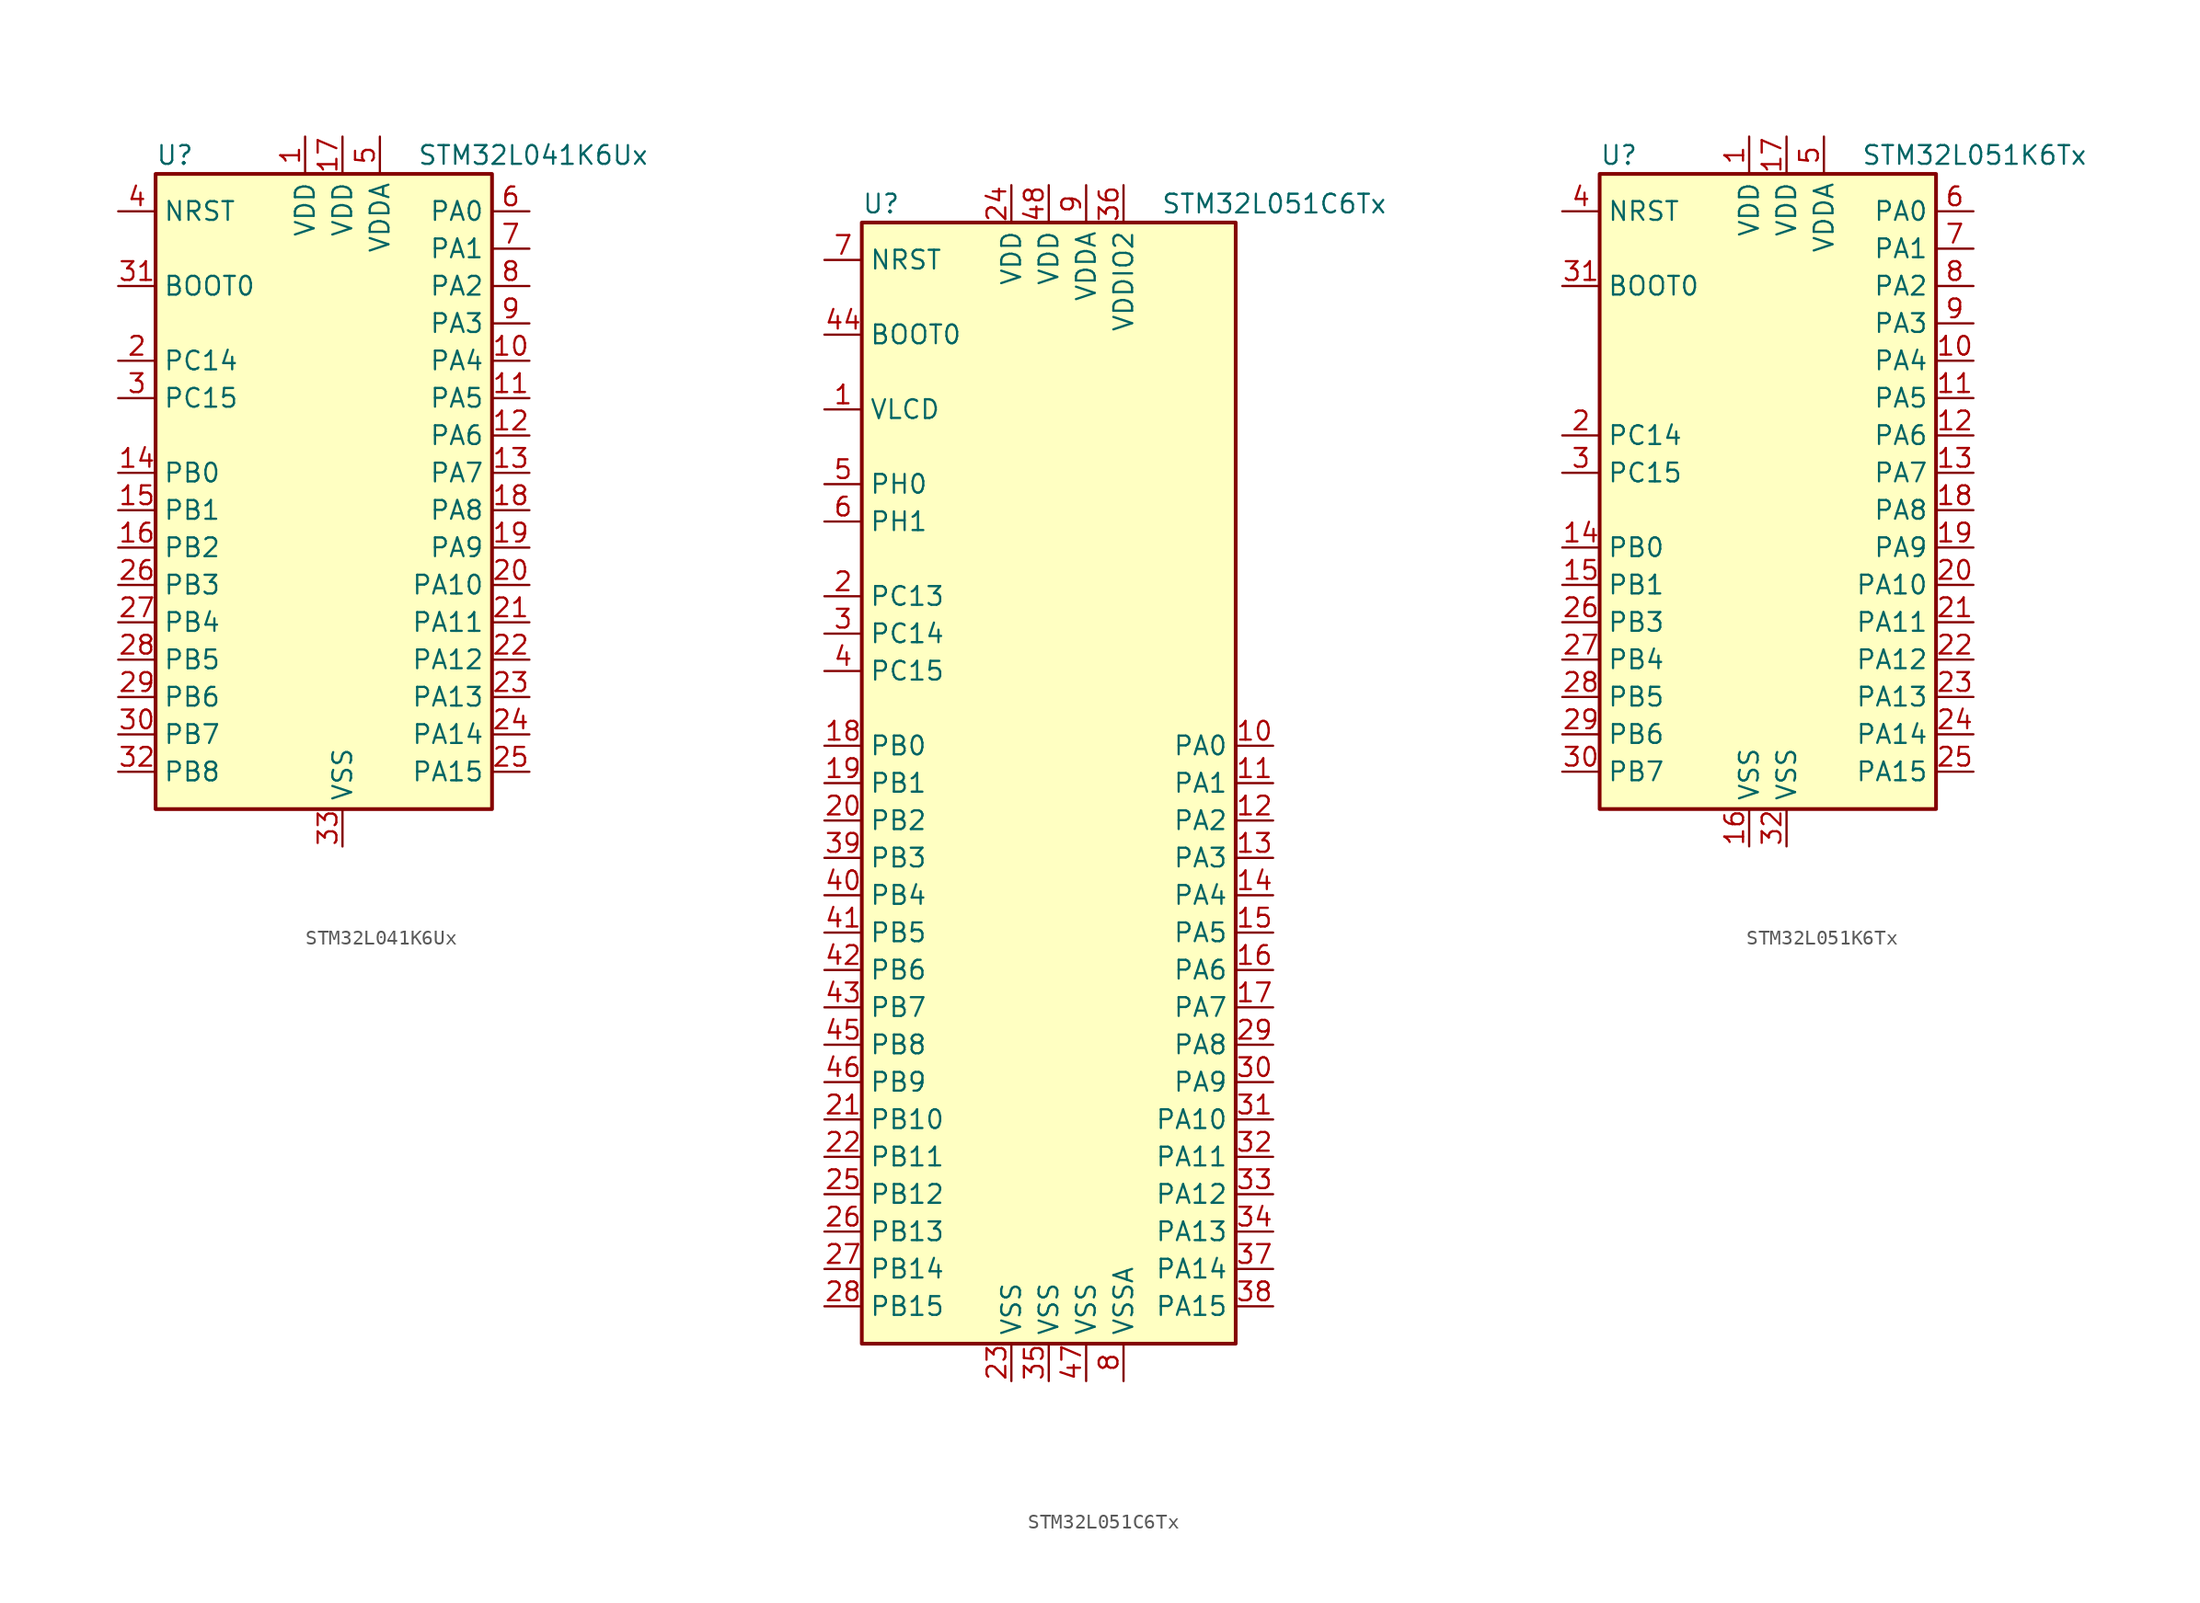
<source format=kicad_sym>
(kicad_symbol_lib
  (version 20201005)
  (generator kicad_symbol_editor)
  (symbol "STM32L041K6Ux"
    (property "Reference" "U"
      (at -12.7 21.59 0)
      (effects (font (size 1.27 1.27)) (justify left)))
    (property "Value" "STM32L041K6Ux"
      (at 5.08 21.59 0)
      (effects (font (size 1.27 1.27)) (justify left)))
    (symbol "STM32L041K6Ux_0_1"
      (rectangle (start -12.7 -22.86) (end 10.16 20.32) (stroke (width 0.254)) (fill (type background))))
    (symbol "STM32L041K6Ux_1_1"
      (pin power_in line (at -2.54 22.86 270) (length 2.54) (name "VDD" (effects (font (size 1.27 1.27)))) (number "1" (effects (font (size 1.27 1.27)))))
      (pin bidirectional line (at 12.7 7.62 180) (length 2.54) (name "PA4" (effects (font (size 1.27 1.27)))) (number "10" (effects (font (size 1.27 1.27)))))
      (pin bidirectional line (at 12.7 5.08 180) (length 2.54) (name "PA5" (effects (font (size 1.27 1.27)))) (number "11" (effects (font (size 1.27 1.27)))))
      (pin bidirectional line (at 12.7 2.54 180) (length 2.54) (name "PA6" (effects (font (size 1.27 1.27)))) (number "12" (effects (font (size 1.27 1.27)))))
      (pin bidirectional line (at 12.7 0 180) (length 2.54) (name "PA7" (effects (font (size 1.27 1.27)))) (number "13" (effects (font (size 1.27 1.27)))))
      (pin bidirectional line (at -15.24 0 0) (length 2.54) (name "PB0" (effects (font (size 1.27 1.27)))) (number "14" (effects (font (size 1.27 1.27)))))
      (pin bidirectional line (at -15.24 -2.54 0) (length 2.54) (name "PB1" (effects (font (size 1.27 1.27)))) (number "15" (effects (font (size 1.27 1.27)))))
      (pin bidirectional line (at -15.24 -5.08 0) (length 2.54) (name "PB2" (effects (font (size 1.27 1.27)))) (number "16" (effects (font (size 1.27 1.27)))))
      (pin power_in line (at 0 22.86 270) (length 2.54) (name "VDD" (effects (font (size 1.27 1.27)))) (number "17" (effects (font (size 1.27 1.27)))))
      (pin bidirectional line (at 12.7 -2.54 180) (length 2.54) (name "PA8" (effects (font (size 1.27 1.27)))) (number "18" (effects (font (size 1.27 1.27)))))
      (pin bidirectional line (at 12.7 -5.08 180) (length 2.54) (name "PA9" (effects (font (size 1.27 1.27)))) (number "19" (effects (font (size 1.27 1.27)))))
      (pin bidirectional line (at -15.24 7.62 0) (length 2.54) (name "PC14" (effects (font (size 1.27 1.27)))) (number "2" (effects (font (size 1.27 1.27)))))
      (pin bidirectional line (at 12.7 -7.62 180) (length 2.54) (name "PA10" (effects (font (size 1.27 1.27)))) (number "20" (effects (font (size 1.27 1.27)))))
      (pin bidirectional line (at 12.7 -10.16 180) (length 2.54) (name "PA11" (effects (font (size 1.27 1.27)))) (number "21" (effects (font (size 1.27 1.27)))))
      (pin bidirectional line (at 12.7 -12.7 180) (length 2.54) (name "PA12" (effects (font (size 1.27 1.27)))) (number "22" (effects (font (size 1.27 1.27)))))
      (pin bidirectional line (at 12.7 -15.24 180) (length 2.54) (name "PA13" (effects (font (size 1.27 1.27)))) (number "23" (effects (font (size 1.27 1.27)))))
      (pin bidirectional line (at 12.7 -17.78 180) (length 2.54) (name "PA14" (effects (font (size 1.27 1.27)))) (number "24" (effects (font (size 1.27 1.27)))))
      (pin bidirectional line (at 12.7 -20.32 180) (length 2.54) (name "PA15" (effects (font (size 1.27 1.27)))) (number "25" (effects (font (size 1.27 1.27)))))
      (pin bidirectional line (at -15.24 -7.62 0) (length 2.54) (name "PB3" (effects (font (size 1.27 1.27)))) (number "26" (effects (font (size 1.27 1.27)))))
      (pin bidirectional line (at -15.24 -10.16 0) (length 2.54) (name "PB4" (effects (font (size 1.27 1.27)))) (number "27" (effects (font (size 1.27 1.27)))))
      (pin bidirectional line (at -15.24 -12.7 0) (length 2.54) (name "PB5" (effects (font (size 1.27 1.27)))) (number "28" (effects (font (size 1.27 1.27)))))
      (pin bidirectional line (at -15.24 -15.24 0) (length 2.54) (name "PB6" (effects (font (size 1.27 1.27)))) (number "29" (effects (font (size 1.27 1.27)))))
      (pin bidirectional line (at -15.24 5.08 0) (length 2.54) (name "PC15" (effects (font (size 1.27 1.27)))) (number "3" (effects (font (size 1.27 1.27)))))
      (pin bidirectional line (at -15.24 -17.78 0) (length 2.54) (name "PB7" (effects (font (size 1.27 1.27)))) (number "30" (effects (font (size 1.27 1.27)))))
      (pin input line (at -15.24 12.7 0) (length 2.54) (name "BOOT0" (effects (font (size 1.27 1.27)))) (number "31" (effects (font (size 1.27 1.27)))))
      (pin bidirectional line (at -15.24 -20.32 0) (length 2.54) (name "PB8" (effects (font (size 1.27 1.27)))) (number "32" (effects (font (size 1.27 1.27)))))
      (pin power_in line (at 0 -25.4 90) (length 2.54) (name "VSS" (effects (font (size 1.27 1.27)))) (number "33" (effects (font (size 1.27 1.27)))))
      (pin input line (at -15.24 17.78 0) (length 2.54) (name "NRST" (effects (font (size 1.27 1.27)))) (number "4" (effects (font (size 1.27 1.27)))))
      (pin power_in line (at 2.54 22.86 270) (length 2.54) (name "VDDA" (effects (font (size 1.27 1.27)))) (number "5" (effects (font (size 1.27 1.27)))))
      (pin bidirectional line (at 12.7 17.78 180) (length 2.54) (name "PA0" (effects (font (size 1.27 1.27)))) (number "6" (effects (font (size 1.27 1.27)))))
      (pin bidirectional line (at 12.7 15.24 180) (length 2.54) (name "PA1" (effects (font (size 1.27 1.27)))) (number "7" (effects (font (size 1.27 1.27)))))
      (pin bidirectional line (at 12.7 12.7 180) (length 2.54) (name "PA2" (effects (font (size 1.27 1.27)))) (number "8" (effects (font (size 1.27 1.27)))))
      (pin bidirectional line (at 12.7 10.16 180) (length 2.54) (name "PA3" (effects (font (size 1.27 1.27)))) (number "9" (effects (font (size 1.27 1.27)))))))
  (symbol "STM32L051C6Tx"
    (property "Reference" "U"
      (at -12.7 39.37 0)
      (effects (font (size 1.27 1.27)) (justify left)))
    (property "Value" "STM32L051C6Tx"
      (at 7.62 39.37 0)
      (effects (font (size 1.27 1.27)) (justify left)))
    (symbol "STM32L051C6Tx_0_1"
      (rectangle (start -12.7 -38.1) (end 12.7 38.1) (stroke (width 0.254)) (fill (type background))))
    (symbol "STM32L051C6Tx_1_1"
      (pin power_in line (at -15.24 25.4 0) (length 2.54) (name "VLCD" (effects (font (size 1.27 1.27)))) (number "1" (effects (font (size 1.27 1.27)))))
      (pin bidirectional line (at 15.24 2.54 180) (length 2.54) (name "PA0" (effects (font (size 1.27 1.27)))) (number "10" (effects (font (size 1.27 1.27)))))
      (pin bidirectional line (at 15.24 0 180) (length 2.54) (name "PA1" (effects (font (size 1.27 1.27)))) (number "11" (effects (font (size 1.27 1.27)))))
      (pin bidirectional line (at 15.24 -2.54 180) (length 2.54) (name "PA2" (effects (font (size 1.27 1.27)))) (number "12" (effects (font (size 1.27 1.27)))))
      (pin bidirectional line (at 15.24 -5.08 180) (length 2.54) (name "PA3" (effects (font (size 1.27 1.27)))) (number "13" (effects (font (size 1.27 1.27)))))
      (pin bidirectional line (at 15.24 -7.62 180) (length 2.54) (name "PA4" (effects (font (size 1.27 1.27)))) (number "14" (effects (font (size 1.27 1.27)))))
      (pin bidirectional line (at 15.24 -10.16 180) (length 2.54) (name "PA5" (effects (font (size 1.27 1.27)))) (number "15" (effects (font (size 1.27 1.27)))))
      (pin bidirectional line (at 15.24 -12.7 180) (length 2.54) (name "PA6" (effects (font (size 1.27 1.27)))) (number "16" (effects (font (size 1.27 1.27)))))
      (pin bidirectional line (at 15.24 -15.24 180) (length 2.54) (name "PA7" (effects (font (size 1.27 1.27)))) (number "17" (effects (font (size 1.27 1.27)))))
      (pin bidirectional line (at -15.24 2.54 0) (length 2.54) (name "PB0" (effects (font (size 1.27 1.27)))) (number "18" (effects (font (size 1.27 1.27)))))
      (pin bidirectional line (at -15.24 0 0) (length 2.54) (name "PB1" (effects (font (size 1.27 1.27)))) (number "19" (effects (font (size 1.27 1.27)))))
      (pin bidirectional line (at -15.24 12.7 0) (length 2.54) (name "PC13" (effects (font (size 1.27 1.27)))) (number "2" (effects (font (size 1.27 1.27)))))
      (pin bidirectional line (at -15.24 -2.54 0) (length 2.54) (name "PB2" (effects (font (size 1.27 1.27)))) (number "20" (effects (font (size 1.27 1.27)))))
      (pin bidirectional line (at -15.24 -22.86 0) (length 2.54) (name "PB10" (effects (font (size 1.27 1.27)))) (number "21" (effects (font (size 1.27 1.27)))))
      (pin bidirectional line (at -15.24 -25.4 0) (length 2.54) (name "PB11" (effects (font (size 1.27 1.27)))) (number "22" (effects (font (size 1.27 1.27)))))
      (pin power_in line (at -2.54 -40.64 90) (length 2.54) (name "VSS" (effects (font (size 1.27 1.27)))) (number "23" (effects (font (size 1.27 1.27)))))
      (pin power_in line (at -2.54 40.64 270) (length 2.54) (name "VDD" (effects (font (size 1.27 1.27)))) (number "24" (effects (font (size 1.27 1.27)))))
      (pin bidirectional line (at -15.24 -27.94 0) (length 2.54) (name "PB12" (effects (font (size 1.27 1.27)))) (number "25" (effects (font (size 1.27 1.27)))))
      (pin bidirectional line (at -15.24 -30.48 0) (length 2.54) (name "PB13" (effects (font (size 1.27 1.27)))) (number "26" (effects (font (size 1.27 1.27)))))
      (pin bidirectional line (at -15.24 -33.02 0) (length 2.54) (name "PB14" (effects (font (size 1.27 1.27)))) (number "27" (effects (font (size 1.27 1.27)))))
      (pin bidirectional line (at -15.24 -35.56 0) (length 2.54) (name "PB15" (effects (font (size 1.27 1.27)))) (number "28" (effects (font (size 1.27 1.27)))))
      (pin bidirectional line (at 15.24 -17.78 180) (length 2.54) (name "PA8" (effects (font (size 1.27 1.27)))) (number "29" (effects (font (size 1.27 1.27)))))
      (pin bidirectional line (at -15.24 10.16 0) (length 2.54) (name "PC14" (effects (font (size 1.27 1.27)))) (number "3" (effects (font (size 1.27 1.27)))))
      (pin bidirectional line (at 15.24 -20.32 180) (length 2.54) (name "PA9" (effects (font (size 1.27 1.27)))) (number "30" (effects (font (size 1.27 1.27)))))
      (pin bidirectional line (at 15.24 -22.86 180) (length 2.54) (name "PA10" (effects (font (size 1.27 1.27)))) (number "31" (effects (font (size 1.27 1.27)))))
      (pin bidirectional line (at 15.24 -25.4 180) (length 2.54) (name "PA11" (effects (font (size 1.27 1.27)))) (number "32" (effects (font (size 1.27 1.27)))))
      (pin bidirectional line (at 15.24 -27.94 180) (length 2.54) (name "PA12" (effects (font (size 1.27 1.27)))) (number "33" (effects (font (size 1.27 1.27)))))
      (pin bidirectional line (at 15.24 -30.48 180) (length 2.54) (name "PA13" (effects (font (size 1.27 1.27)))) (number "34" (effects (font (size 1.27 1.27)))))
      (pin power_in line (at 0 -40.64 90) (length 2.54) (name "VSS" (effects (font (size 1.27 1.27)))) (number "35" (effects (font (size 1.27 1.27)))))
      (pin power_in line (at 5.08 40.64 270) (length 2.54) (name "VDDIO2" (effects (font (size 1.27 1.27)))) (number "36" (effects (font (size 1.27 1.27)))))
      (pin bidirectional line (at 15.24 -33.02 180) (length 2.54) (name "PA14" (effects (font (size 1.27 1.27)))) (number "37" (effects (font (size 1.27 1.27)))))
      (pin bidirectional line (at 15.24 -35.56 180) (length 2.54) (name "PA15" (effects (font (size 1.27 1.27)))) (number "38" (effects (font (size 1.27 1.27)))))
      (pin bidirectional line (at -15.24 -5.08 0) (length 2.54) (name "PB3" (effects (font (size 1.27 1.27)))) (number "39" (effects (font (size 1.27 1.27)))))
      (pin bidirectional line (at -15.24 7.62 0) (length 2.54) (name "PC15" (effects (font (size 1.27 1.27)))) (number "4" (effects (font (size 1.27 1.27)))))
      (pin bidirectional line (at -15.24 -7.62 0) (length 2.54) (name "PB4" (effects (font (size 1.27 1.27)))) (number "40" (effects (font (size 1.27 1.27)))))
      (pin bidirectional line (at -15.24 -10.16 0) (length 2.54) (name "PB5" (effects (font (size 1.27 1.27)))) (number "41" (effects (font (size 1.27 1.27)))))
      (pin bidirectional line (at -15.24 -12.7 0) (length 2.54) (name "PB6" (effects (font (size 1.27 1.27)))) (number "42" (effects (font (size 1.27 1.27)))))
      (pin bidirectional line (at -15.24 -15.24 0) (length 2.54) (name "PB7" (effects (font (size 1.27 1.27)))) (number "43" (effects (font (size 1.27 1.27)))))
      (pin input line (at -15.24 30.48 0) (length 2.54) (name "BOOT0" (effects (font (size 1.27 1.27)))) (number "44" (effects (font (size 1.27 1.27)))))
      (pin bidirectional line (at -15.24 -17.78 0) (length 2.54) (name "PB8" (effects (font (size 1.27 1.27)))) (number "45" (effects (font (size 1.27 1.27)))))
      (pin bidirectional line (at -15.24 -20.32 0) (length 2.54) (name "PB9" (effects (font (size 1.27 1.27)))) (number "46" (effects (font (size 1.27 1.27)))))
      (pin power_in line (at 2.54 -40.64 90) (length 2.54) (name "VSS" (effects (font (size 1.27 1.27)))) (number "47" (effects (font (size 1.27 1.27)))))
      (pin power_in line (at 0 40.64 270) (length 2.54) (name "VDD" (effects (font (size 1.27 1.27)))) (number "48" (effects (font (size 1.27 1.27)))))
      (pin input line (at -15.24 20.32 0) (length 2.54) (name "PH0" (effects (font (size 1.27 1.27)))) (number "5" (effects (font (size 1.27 1.27)))))
      (pin input line (at -15.24 17.78 0) (length 2.54) (name "PH1" (effects (font (size 1.27 1.27)))) (number "6" (effects (font (size 1.27 1.27)))))
      (pin input line (at -15.24 35.56 0) (length 2.54) (name "NRST" (effects (font (size 1.27 1.27)))) (number "7" (effects (font (size 1.27 1.27)))))
      (pin power_in line (at 5.08 -40.64 90) (length 2.54) (name "VSSA" (effects (font (size 1.27 1.27)))) (number "8" (effects (font (size 1.27 1.27)))))
      (pin power_in line (at 2.54 40.64 270) (length 2.54) (name "VDDA" (effects (font (size 1.27 1.27)))) (number "9" (effects (font (size 1.27 1.27)))))))
  (symbol "STM32L051K6Tx"
    (property "Reference" "U"
      (at -12.7 21.59 0)
      (effects (font (size 1.27 1.27)) (justify left)))
    (property "Value" "STM32L051K6Tx"
      (at 5.08 21.59 0)
      (effects (font (size 1.27 1.27)) (justify left)))
    (symbol "STM32L051K6Tx_0_1"
      (rectangle (start -12.7 -22.86) (end 10.16 20.32) (stroke (width 0.254)) (fill (type background))))
    (symbol "STM32L051K6Tx_1_1"
      (pin power_in line (at -2.54 22.86 270) (length 2.54) (name "VDD" (effects (font (size 1.27 1.27)))) (number "1" (effects (font (size 1.27 1.27)))))
      (pin bidirectional line (at 12.7 7.62 180) (length 2.54) (name "PA4" (effects (font (size 1.27 1.27)))) (number "10" (effects (font (size 1.27 1.27)))))
      (pin bidirectional line (at 12.7 5.08 180) (length 2.54) (name "PA5" (effects (font (size 1.27 1.27)))) (number "11" (effects (font (size 1.27 1.27)))))
      (pin bidirectional line (at 12.7 2.54 180) (length 2.54) (name "PA6" (effects (font (size 1.27 1.27)))) (number "12" (effects (font (size 1.27 1.27)))))
      (pin bidirectional line (at 12.7 0 180) (length 2.54) (name "PA7" (effects (font (size 1.27 1.27)))) (number "13" (effects (font (size 1.27 1.27)))))
      (pin bidirectional line (at -15.24 -5.08 0) (length 2.54) (name "PB0" (effects (font (size 1.27 1.27)))) (number "14" (effects (font (size 1.27 1.27)))))
      (pin bidirectional line (at -15.24 -7.62 0) (length 2.54) (name "PB1" (effects (font (size 1.27 1.27)))) (number "15" (effects (font (size 1.27 1.27)))))
      (pin power_in line (at -2.54 -25.4 90) (length 2.54) (name "VSS" (effects (font (size 1.27 1.27)))) (number "16" (effects (font (size 1.27 1.27)))))
      (pin power_in line (at 0 22.86 270) (length 2.54) (name "VDD" (effects (font (size 1.27 1.27)))) (number "17" (effects (font (size 1.27 1.27)))))
      (pin bidirectional line (at 12.7 -2.54 180) (length 2.54) (name "PA8" (effects (font (size 1.27 1.27)))) (number "18" (effects (font (size 1.27 1.27)))))
      (pin bidirectional line (at 12.7 -5.08 180) (length 2.54) (name "PA9" (effects (font (size 1.27 1.27)))) (number "19" (effects (font (size 1.27 1.27)))))
      (pin bidirectional line (at -15.24 2.54 0) (length 2.54) (name "PC14" (effects (font (size 1.27 1.27)))) (number "2" (effects (font (size 1.27 1.27)))))
      (pin bidirectional line (at 12.7 -7.62 180) (length 2.54) (name "PA10" (effects (font (size 1.27 1.27)))) (number "20" (effects (font (size 1.27 1.27)))))
      (pin bidirectional line (at 12.7 -10.16 180) (length 2.54) (name "PA11" (effects (font (size 1.27 1.27)))) (number "21" (effects (font (size 1.27 1.27)))))
      (pin bidirectional line (at 12.7 -12.7 180) (length 2.54) (name "PA12" (effects (font (size 1.27 1.27)))) (number "22" (effects (font (size 1.27 1.27)))))
      (pin bidirectional line (at 12.7 -15.24 180) (length 2.54) (name "PA13" (effects (font (size 1.27 1.27)))) (number "23" (effects (font (size 1.27 1.27)))))
      (pin bidirectional line (at 12.7 -17.78 180) (length 2.54) (name "PA14" (effects (font (size 1.27 1.27)))) (number "24" (effects (font (size 1.27 1.27)))))
      (pin bidirectional line (at 12.7 -20.32 180) (length 2.54) (name "PA15" (effects (font (size 1.27 1.27)))) (number "25" (effects (font (size 1.27 1.27)))))
      (pin bidirectional line (at -15.24 -10.16 0) (length 2.54) (name "PB3" (effects (font (size 1.27 1.27)))) (number "26" (effects (font (size 1.27 1.27)))))
      (pin bidirectional line (at -15.24 -12.7 0) (length 2.54) (name "PB4" (effects (font (size 1.27 1.27)))) (number "27" (effects (font (size 1.27 1.27)))))
      (pin bidirectional line (at -15.24 -15.24 0) (length 2.54) (name "PB5" (effects (font (size 1.27 1.27)))) (number "28" (effects (font (size 1.27 1.27)))))
      (pin bidirectional line (at -15.24 -17.78 0) (length 2.54) (name "PB6" (effects (font (size 1.27 1.27)))) (number "29" (effects (font (size 1.27 1.27)))))
      (pin bidirectional line (at -15.24 0 0) (length 2.54) (name "PC15" (effects (font (size 1.27 1.27)))) (number "3" (effects (font (size 1.27 1.27)))))
      (pin bidirectional line (at -15.24 -20.32 0) (length 2.54) (name "PB7" (effects (font (size 1.27 1.27)))) (number "30" (effects (font (size 1.27 1.27)))))
      (pin input line (at -15.24 12.7 0) (length 2.54) (name "BOOT0" (effects (font (size 1.27 1.27)))) (number "31" (effects (font (size 1.27 1.27)))))
      (pin power_in line (at 0 -25.4 90) (length 2.54) (name "VSS" (effects (font (size 1.27 1.27)))) (number "32" (effects (font (size 1.27 1.27)))))
      (pin input line (at -15.24 17.78 0) (length 2.54) (name "NRST" (effects (font (size 1.27 1.27)))) (number "4" (effects (font (size 1.27 1.27)))))
      (pin power_in line (at 2.54 22.86 270) (length 2.54) (name "VDDA" (effects (font (size 1.27 1.27)))) (number "5" (effects (font (size 1.27 1.27)))))
      (pin bidirectional line (at 12.7 17.78 180) (length 2.54) (name "PA0" (effects (font (size 1.27 1.27)))) (number "6" (effects (font (size 1.27 1.27)))))
      (pin bidirectional line (at 12.7 15.24 180) (length 2.54) (name "PA1" (effects (font (size 1.27 1.27)))) (number "7" (effects (font (size 1.27 1.27)))))
      (pin bidirectional line (at 12.7 12.7 180) (length 2.54) (name "PA2" (effects (font (size 1.27 1.27)))) (number "8" (effects (font (size 1.27 1.27)))))
      (pin bidirectional line (at 12.7 10.16 180) (length 2.54) (name "PA3" (effects (font (size 1.27 1.27)))) (number "9" (effects (font (size 1.27 1.27))))))))
</source>
